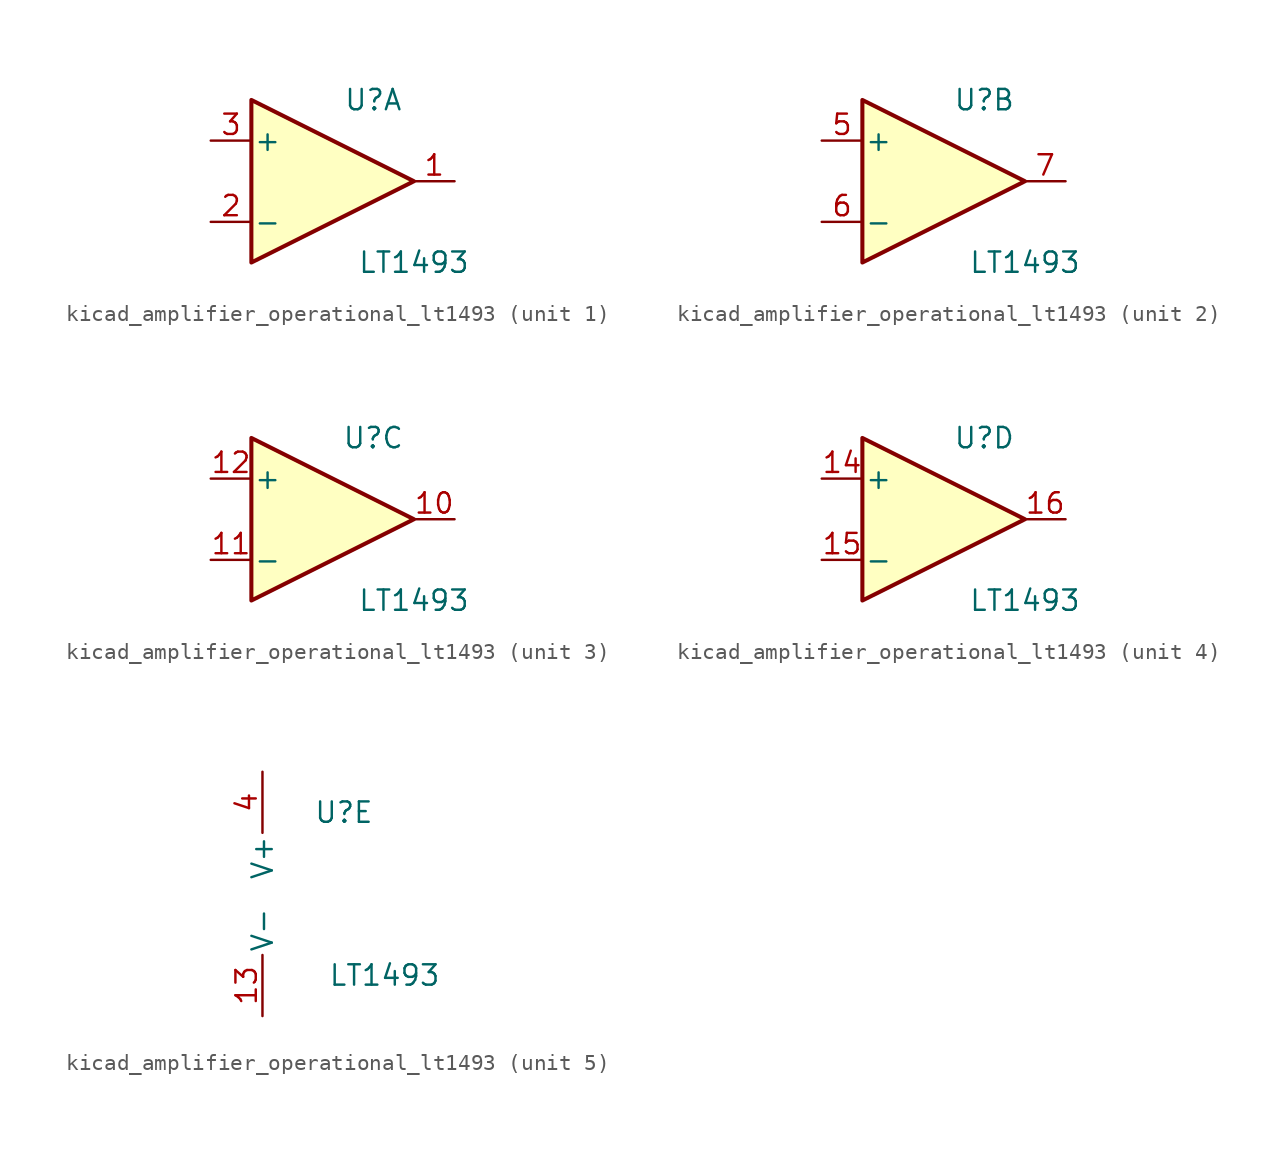
<source format=kicad_sym>
(kicad_symbol_lib
  (version 20220914)
  (generator kicad_symbol_editor)
  (symbol "kicad_amplifier_operational_lt1493"
    (pin_names
      (offset 0.127))
    (property "Reference" "U"
      (at 2.54 5.08 0)
      (effects (font (size 1.27 1.27))))
    (property "Value" "LT1493"
      (at 5.08 -5.08 0)
      (effects (font (size 1.27 1.27))))
    (property "ki_locked" ""
      (at 0 0 0)
      (effects (font (size 1.27 1.27))))
    (symbol "kicad_amplifier_operational_lt1493_1_1"
      (polyline (pts (xy -5.08 5.08) (xy 5.08 0) (xy -5.08 -5.08) (xy -5.08 5.08)) (stroke (width 0.254) (type default)) (fill (type background)))
      (pin output line (at 7.62 0 180) (length 2.54) (name "~" (effects (font (size 1.27 1.27)))) (number "1" (effects (font (size 1.27 1.27)))))
      (pin input line (at -7.62 -2.54 0) (length 2.54) (name "-" (effects (font (size 1.27 1.27)))) (number "2" (effects (font (size 1.27 1.27)))))
      (pin input line (at -7.62 2.54 0) (length 2.54) (name "+" (effects (font (size 1.27 1.27)))) (number "3" (effects (font (size 1.27 1.27)))))
      (pin no_connect line (at -2.54 -2.54 90) (length 2.54) hide (name "NC" (effects (font (size 1.27 1.27)))) (number "8" (effects (font (size 1.27 1.27)))))
      (pin no_connect line (at 0 -2.54 90) (length 2.54) hide (name "NC" (effects (font (size 1.27 1.27)))) (number "9" (effects (font (size 1.27 1.27))))))
    (symbol "kicad_amplifier_operational_lt1493_2_1"
      (polyline (pts (xy -5.08 5.08) (xy 5.08 0) (xy -5.08 -5.08) (xy -5.08 5.08)) (stroke (width 0.254) (type default)) (fill (type background)))
      (pin input line (at -7.62 2.54 0) (length 2.54) (name "+" (effects (font (size 1.27 1.27)))) (number "5" (effects (font (size 1.27 1.27)))))
      (pin input line (at -7.62 -2.54 0) (length 2.54) (name "-" (effects (font (size 1.27 1.27)))) (number "6" (effects (font (size 1.27 1.27)))))
      (pin output line (at 7.62 0 180) (length 2.54) (name "~" (effects (font (size 1.27 1.27)))) (number "7" (effects (font (size 1.27 1.27))))))
    (symbol "kicad_amplifier_operational_lt1493_3_1"
      (polyline (pts (xy -5.08 5.08) (xy 5.08 0) (xy -5.08 -5.08) (xy -5.08 5.08)) (stroke (width 0.254) (type default)) (fill (type background)))
      (pin output line (at 7.62 0 180) (length 2.54) (name "~" (effects (font (size 1.27 1.27)))) (number "10" (effects (font (size 1.27 1.27)))))
      (pin input line (at -7.62 -2.54 0) (length 2.54) (name "-" (effects (font (size 1.27 1.27)))) (number "11" (effects (font (size 1.27 1.27)))))
      (pin input line (at -7.62 2.54 0) (length 2.54) (name "+" (effects (font (size 1.27 1.27)))) (number "12" (effects (font (size 1.27 1.27))))))
    (symbol "kicad_amplifier_operational_lt1493_4_1"
      (polyline (pts (xy -5.08 5.08) (xy 5.08 0) (xy -5.08 -5.08) (xy -5.08 5.08)) (stroke (width 0.254) (type default)) (fill (type background)))
      (pin input line (at -7.62 2.54 0) (length 2.54) (name "+" (effects (font (size 1.27 1.27)))) (number "14" (effects (font (size 1.27 1.27)))))
      (pin input line (at -7.62 -2.54 0) (length 2.54) (name "-" (effects (font (size 1.27 1.27)))) (number "15" (effects (font (size 1.27 1.27)))))
      (pin output line (at 7.62 0 180) (length 2.54) (name "~" (effects (font (size 1.27 1.27)))) (number "16" (effects (font (size 1.27 1.27))))))
    (symbol "kicad_amplifier_operational_lt1493_5_1"
      (pin power_in line (at -2.54 -7.62 90) (length 3.81) (name "V-" (effects (font (size 1.27 1.27)))) (number "13" (effects (font (size 1.27 1.27)))))
      (pin power_in line (at -2.54 7.62 270) (length 3.81) (name "V+" (effects (font (size 1.27 1.27)))) (number "4" (effects (font (size 1.27 1.27))))))))
</source>
